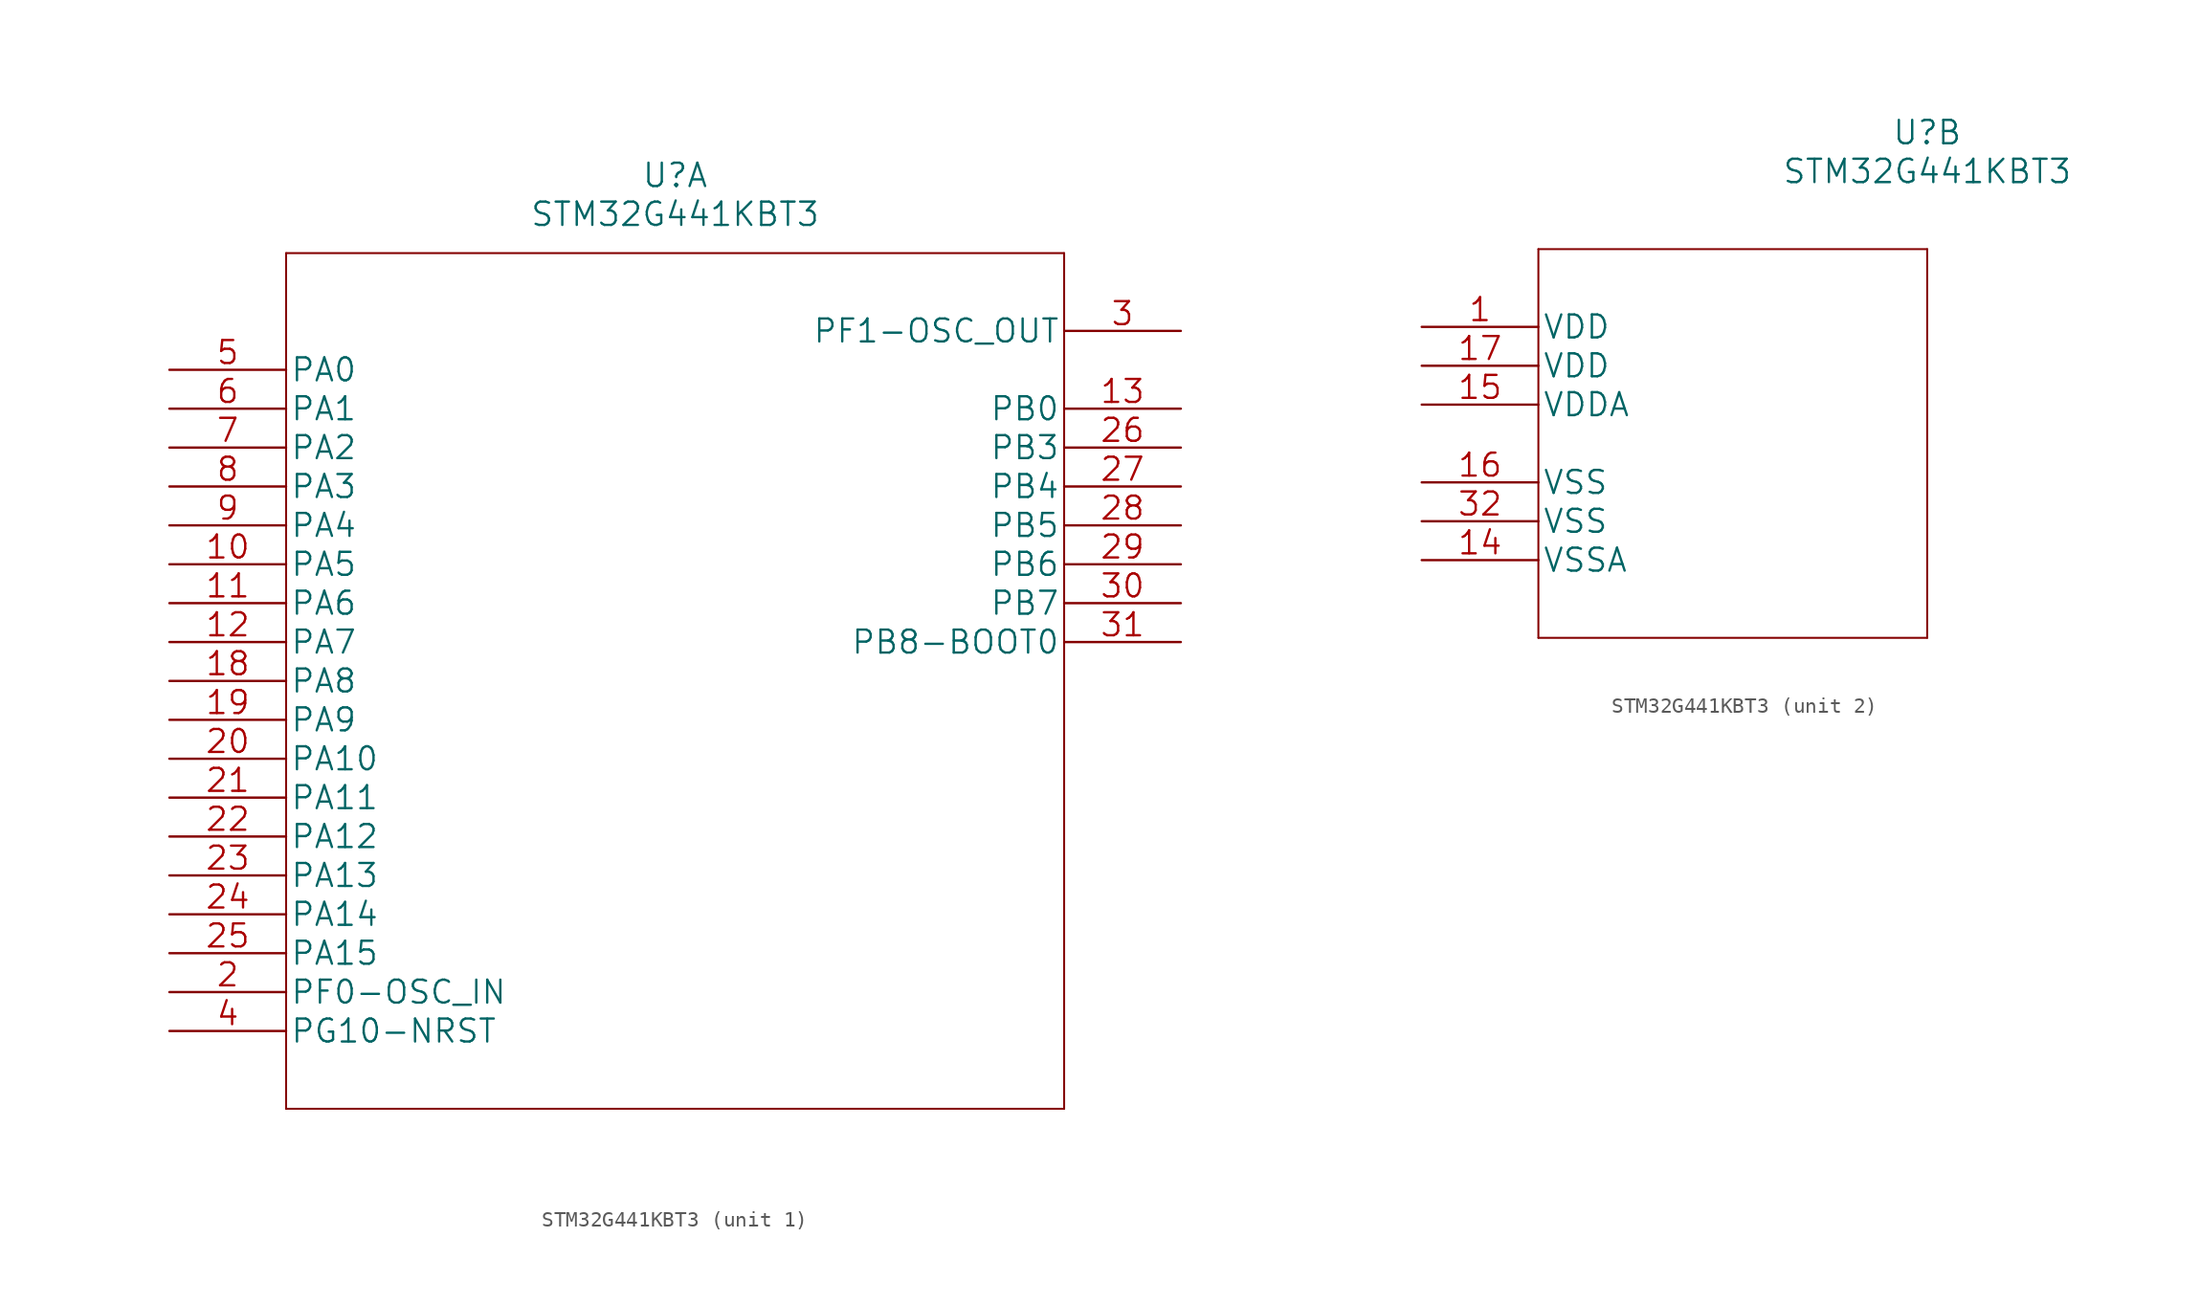
<source format=kicad_sym>
(kicad_symbol_lib
  (version 20211014)
  (generator kicad_symbol_editor)
  (symbol "STM32G441KBT3"
    (pin_names
      (offset 0.254))
    (property "Reference" "U"
      (at 33.02 12.7 0)
      (effects (font (size 1.524 1.524))))
    (property "Value" "STM32G441KBT3"
      (at 33.02 10.16 0)
      (effects (font (size 1.524 1.524))))
    (property "Datasheet" ""
      (at 0 0 0)
      (effects (font (size 1.524 1.524))))
    (property "ki_locked" ""
      (at 0 0 0)
      (effects (font (size 1.27 1.27))))
    (symbol "STM32G441KBT3_1_1"
      (polyline (pts (xy 7.62 -48.26) (xy 58.42 -48.26)) (stroke (width 0.127) (type default) (color 0 0 0 0)) (fill (type none)))
      (polyline (pts (xy 7.62 7.62) (xy 7.62 -48.26)) (stroke (width 0.127) (type default) (color 0 0 0 0)) (fill (type none)))
      (polyline (pts (xy 58.42 -48.26) (xy 58.42 7.62)) (stroke (width 0.127) (type default) (color 0 0 0 0)) (fill (type none)))
      (polyline (pts (xy 58.42 7.62) (xy 7.62 7.62)) (stroke (width 0.127) (type default) (color 0 0 0 0)) (fill (type none)))
      (pin bidirectional line (at 0 -12.7 0) (length 7.62) (name "PA5" (effects (font (size 1.499 1.499)))) (number "10" (effects (font (size 1.499 1.499)))))
      (pin bidirectional line (at 0 -15.24 0) (length 7.62) (name "PA6" (effects (font (size 1.499 1.499)))) (number "11" (effects (font (size 1.499 1.499)))))
      (pin bidirectional line (at 0 -17.78 0) (length 7.62) (name "PA7" (effects (font (size 1.499 1.499)))) (number "12" (effects (font (size 1.499 1.499)))))
      (pin bidirectional line (at 66.04 -2.54 180) (length 7.62) (name "PB0" (effects (font (size 1.499 1.499)))) (number "13" (effects (font (size 1.499 1.499)))))
      (pin bidirectional line (at 0 -20.32 0) (length 7.62) (name "PA8" (effects (font (size 1.499 1.499)))) (number "18" (effects (font (size 1.499 1.499)))))
      (pin bidirectional line (at 0 -22.86 0) (length 7.62) (name "PA9" (effects (font (size 1.499 1.499)))) (number "19" (effects (font (size 1.499 1.499)))))
      (pin bidirectional line (at 0 -40.64 0) (length 7.62) (name "PF0-OSC_IN" (effects (font (size 1.499 1.499)))) (number "2" (effects (font (size 1.499 1.499)))))
      (pin bidirectional line (at 0 -25.4 0) (length 7.62) (name "PA10" (effects (font (size 1.499 1.499)))) (number "20" (effects (font (size 1.499 1.499)))))
      (pin bidirectional line (at 0 -27.94 0) (length 7.62) (name "PA11" (effects (font (size 1.499 1.499)))) (number "21" (effects (font (size 1.499 1.499)))))
      (pin bidirectional line (at 0 -30.48 0) (length 7.62) (name "PA12" (effects (font (size 1.499 1.499)))) (number "22" (effects (font (size 1.499 1.499)))))
      (pin bidirectional line (at 0 -33.02 0) (length 7.62) (name "PA13" (effects (font (size 1.499 1.499)))) (number "23" (effects (font (size 1.499 1.499)))))
      (pin bidirectional line (at 0 -35.56 0) (length 7.62) (name "PA14" (effects (font (size 1.499 1.499)))) (number "24" (effects (font (size 1.499 1.499)))))
      (pin bidirectional line (at 0 -38.1 0) (length 7.62) (name "PA15" (effects (font (size 1.499 1.499)))) (number "25" (effects (font (size 1.499 1.499)))))
      (pin bidirectional line (at 66.04 -5.08 180) (length 7.62) (name "PB3" (effects (font (size 1.499 1.499)))) (number "26" (effects (font (size 1.499 1.499)))))
      (pin bidirectional line (at 66.04 -7.62 180) (length 7.62) (name "PB4" (effects (font (size 1.499 1.499)))) (number "27" (effects (font (size 1.499 1.499)))))
      (pin bidirectional line (at 66.04 -10.16 180) (length 7.62) (name "PB5" (effects (font (size 1.499 1.499)))) (number "28" (effects (font (size 1.499 1.499)))))
      (pin bidirectional line (at 66.04 -12.7 180) (length 7.62) (name "PB6" (effects (font (size 1.499 1.499)))) (number "29" (effects (font (size 1.499 1.499)))))
      (pin bidirectional line (at 66.04 2.54 180) (length 7.62) (name "PF1-OSC_OUT" (effects (font (size 1.499 1.499)))) (number "3" (effects (font (size 1.499 1.499)))))
      (pin bidirectional line (at 66.04 -15.24 180) (length 7.62) (name "PB7" (effects (font (size 1.499 1.499)))) (number "30" (effects (font (size 1.499 1.499)))))
      (pin bidirectional line (at 66.04 -17.78 180) (length 7.62) (name "PB8-BOOT0" (effects (font (size 1.499 1.499)))) (number "31" (effects (font (size 1.499 1.499)))))
      (pin bidirectional line (at 0 -43.18 0) (length 7.62) (name "PG10-NRST" (effects (font (size 1.499 1.499)))) (number "4" (effects (font (size 1.499 1.499)))))
      (pin bidirectional line (at 0 0 0) (length 7.62) (name "PA0" (effects (font (size 1.499 1.499)))) (number "5" (effects (font (size 1.499 1.499)))))
      (pin bidirectional line (at 0 -2.54 0) (length 7.62) (name "PA1" (effects (font (size 1.499 1.499)))) (number "6" (effects (font (size 1.499 1.499)))))
      (pin bidirectional line (at 0 -5.08 0) (length 7.62) (name "PA2" (effects (font (size 1.499 1.499)))) (number "7" (effects (font (size 1.499 1.499)))))
      (pin bidirectional line (at 0 -7.62 0) (length 7.62) (name "PA3" (effects (font (size 1.499 1.499)))) (number "8" (effects (font (size 1.499 1.499)))))
      (pin bidirectional line (at 0 -10.16 0) (length 7.62) (name "PA4" (effects (font (size 1.499 1.499)))) (number "9" (effects (font (size 1.499 1.499))))))
    (symbol "STM32G441KBT3_2_1"
      (polyline (pts (xy 7.62 -20.32) (xy 33.02 -20.32)) (stroke (width 0.127) (type default) (color 0 0 0 0)) (fill (type none)))
      (polyline (pts (xy 7.62 5.08) (xy 7.62 -20.32)) (stroke (width 0.127) (type default) (color 0 0 0 0)) (fill (type none)))
      (polyline (pts (xy 33.02 -20.32) (xy 33.02 5.08)) (stroke (width 0.127) (type default) (color 0 0 0 0)) (fill (type none)))
      (polyline (pts (xy 33.02 5.08) (xy 7.62 5.08)) (stroke (width 0.127) (type default) (color 0 0 0 0)) (fill (type none)))
      (pin power_in line (at 0 0 0) (length 7.62) (name "VDD" (effects (font (size 1.499 1.499)))) (number "1" (effects (font (size 1.499 1.499)))))
      (pin power_in line (at 0 -15.24 0) (length 7.62) (name "VSSA" (effects (font (size 1.499 1.499)))) (number "14" (effects (font (size 1.499 1.499)))))
      (pin power_in line (at 0 -5.08 0) (length 7.62) (name "VDDA" (effects (font (size 1.499 1.499)))) (number "15" (effects (font (size 1.499 1.499)))))
      (pin power_in line (at 0 -10.16 0) (length 7.62) (name "VSS" (effects (font (size 1.499 1.499)))) (number "16" (effects (font (size 1.499 1.499)))))
      (pin power_in line (at 0 -2.54 0) (length 7.62) (name "VDD" (effects (font (size 1.499 1.499)))) (number "17" (effects (font (size 1.499 1.499)))))
      (pin power_in line (at 0 -12.7 0) (length 7.62) (name "VSS" (effects (font (size 1.499 1.499)))) (number "32" (effects (font (size 1.499 1.499))))))))
</source>
